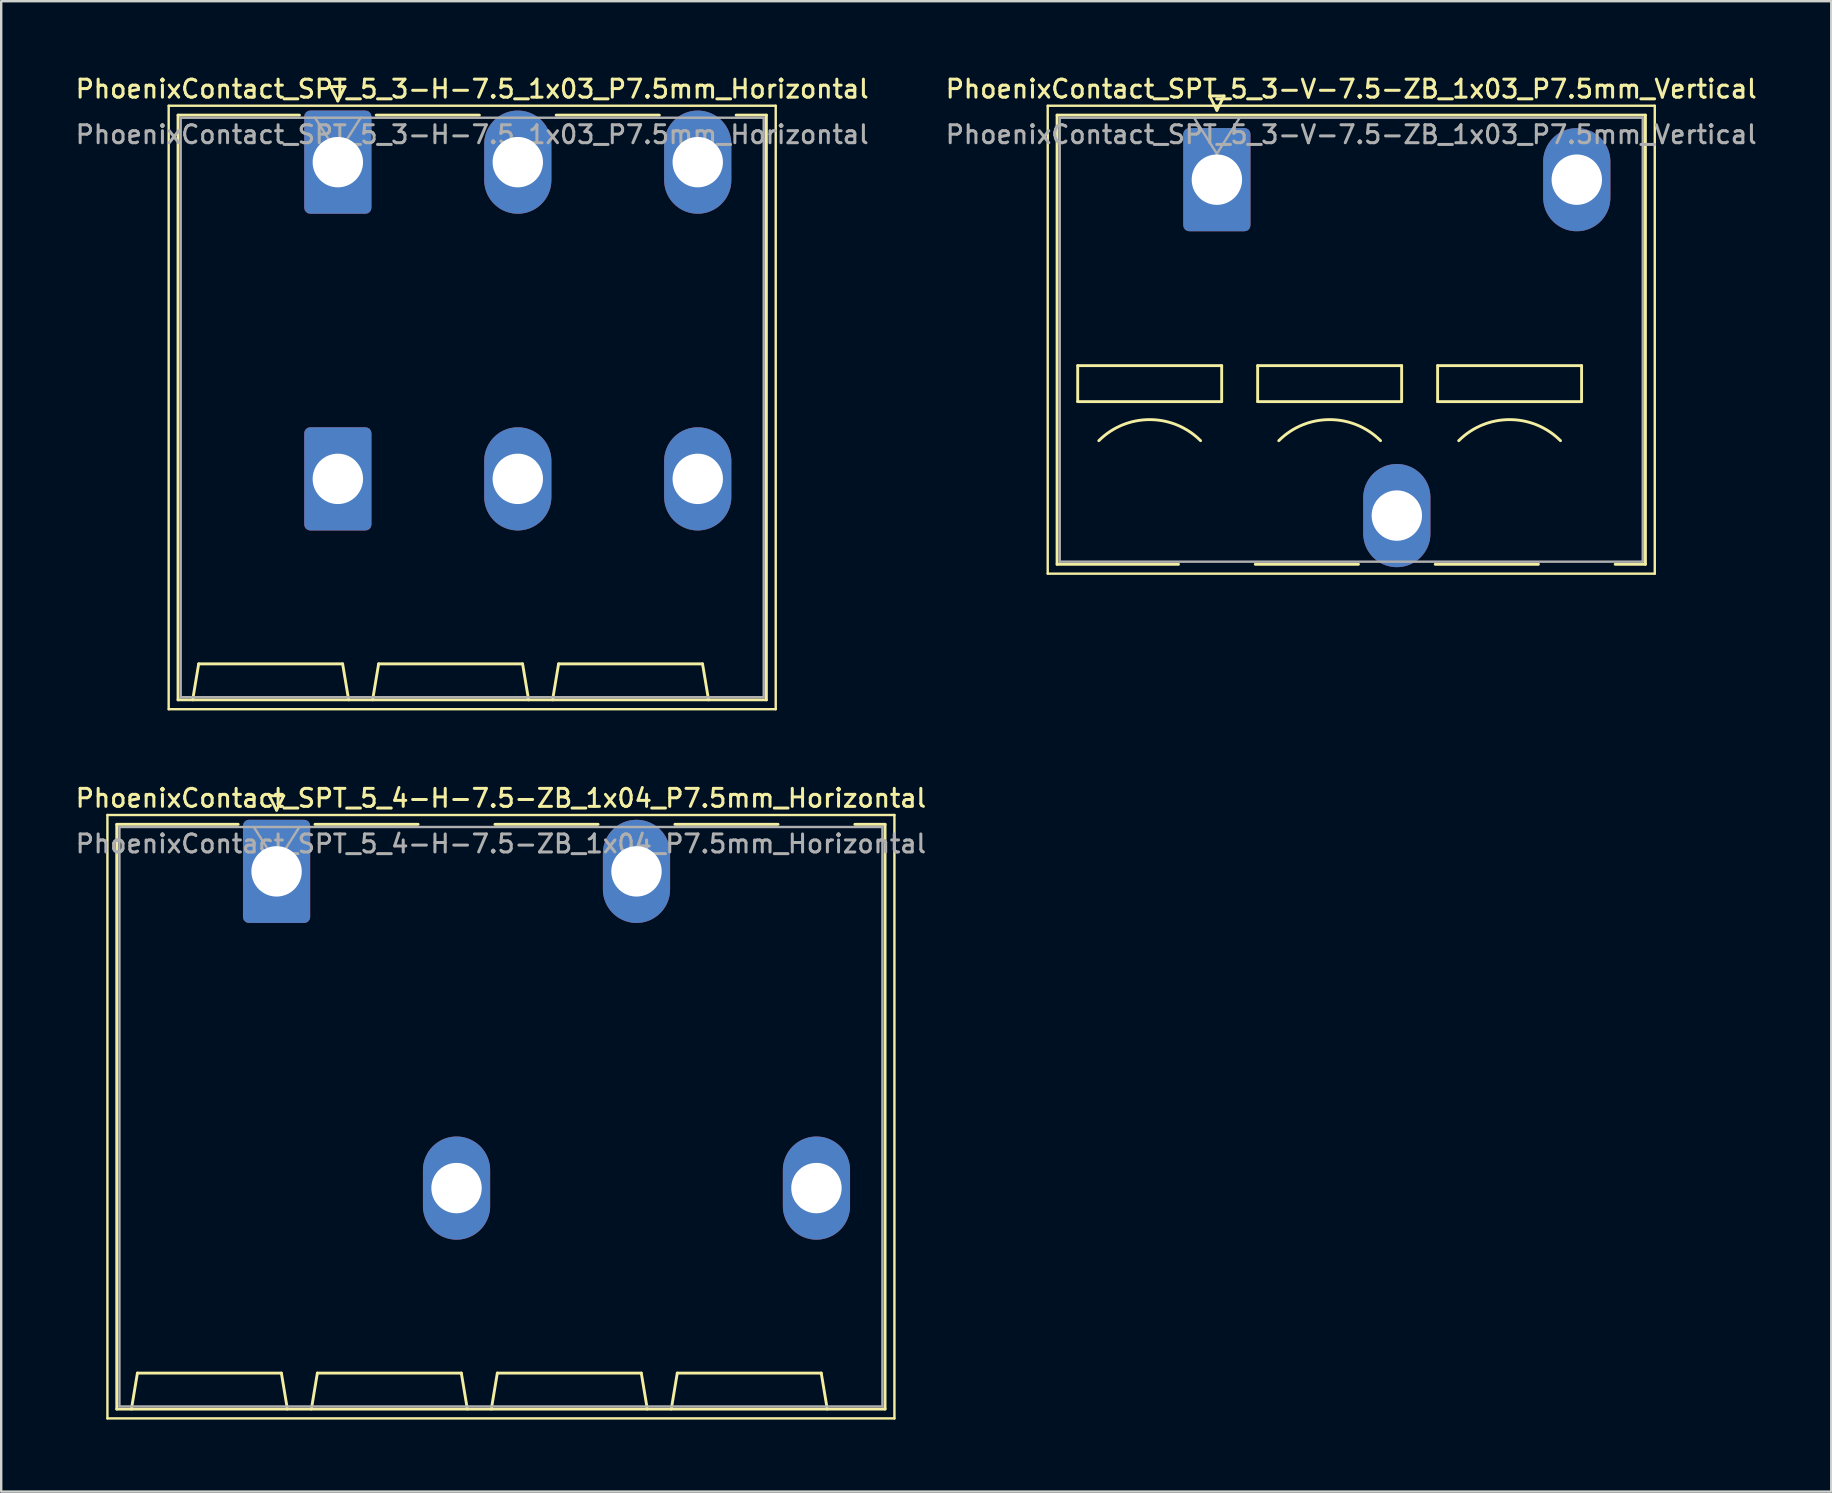
<source format=kicad_pcb>
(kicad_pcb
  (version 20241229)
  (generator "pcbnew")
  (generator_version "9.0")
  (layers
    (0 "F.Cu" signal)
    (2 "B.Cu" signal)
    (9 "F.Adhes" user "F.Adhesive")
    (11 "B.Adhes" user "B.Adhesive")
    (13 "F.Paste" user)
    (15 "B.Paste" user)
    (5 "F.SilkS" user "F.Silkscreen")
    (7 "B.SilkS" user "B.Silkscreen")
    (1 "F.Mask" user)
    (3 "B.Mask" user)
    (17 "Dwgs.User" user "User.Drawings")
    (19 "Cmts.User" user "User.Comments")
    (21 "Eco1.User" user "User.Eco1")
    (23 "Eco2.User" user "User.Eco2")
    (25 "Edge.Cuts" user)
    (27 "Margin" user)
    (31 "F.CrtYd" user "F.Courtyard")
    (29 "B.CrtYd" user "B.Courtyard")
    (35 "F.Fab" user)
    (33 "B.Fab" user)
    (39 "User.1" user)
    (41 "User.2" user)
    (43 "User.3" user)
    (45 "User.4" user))
  (footprint "PhoenixContact_SPT_5_3-V-7.5-ZB_1x03_P7.5mm_Vertical"
    (layer "F.Cu")
    (at 47.666 4.438)
    (property "Reference" "PhoenixContact_SPT_5_3-V-7.5-ZB_1x03_P7.5mm_Vertical" (at 5.6 -3.78 0) (layer "F.SilkS") (effects (font (size 0.75 0.75) (thickness 0.125))))
    (attr through_hole)
    (fp_line (start -7.05 -3.08) (end -7.05 16.42) (stroke (width 0.1) (type solid)) (layer "F.SilkS"))
    (fp_line (start -7.05 16.42) (end 18.25 16.42) (stroke (width 0.1) (type solid)) (layer "F.SilkS"))
    (fp_line (start -6.66 -2.69) (end 17.86 -2.69) (stroke (width 0.12) (type solid)) (layer "F.SilkS"))
    (fp_line (start -6.66 16.03) (end -6.66 -2.69) (stroke (width 0.12) (type solid)) (layer "F.SilkS"))
    (fp_line (start -6.66 16.03) (end -1.6 16.03) (stroke (width 0.12) (type solid)) (layer "F.SilkS"))
    (fp_line (start -5.8 7.75) (end -5.8 9.25) (stroke (width 0.12) (type solid)) (layer "F.SilkS"))
    (fp_line (start -5.8 9.25) (end 0.2 9.25) (stroke (width 0.12) (type solid)) (layer "F.SilkS"))
    (fp_line (start -0.3 -3.49) (end 0 -2.89) (stroke (width 0.12) (type solid)) (layer "F.SilkS"))
    (fp_line (start -0.3 -3.49) (end 0.3 -3.49) (stroke (width 0.12) (type solid)) (layer "F.SilkS"))
    (fp_line (start 0.2 7.75) (end -5.8 7.75) (stroke (width 0.12) (type solid)) (layer "F.SilkS"))
    (fp_line (start 0.2 9.25) (end 0.2 7.75) (stroke (width 0.12) (type solid)) (layer "F.SilkS"))
    (fp_line (start 0.3 -3.49) (end 0 -2.89) (stroke (width 0.12) (type solid)) (layer "F.SilkS"))
    (fp_line (start 1.6 16.03) (end 5.9 16.03) (stroke (width 0.12) (type solid)) (layer "F.SilkS"))
    (fp_line (start 1.7 7.75) (end 1.7 9.25) (stroke (width 0.12) (type solid)) (layer "F.SilkS"))
    (fp_line (start 1.7 9.25) (end 7.7 9.25) (stroke (width 0.12) (type solid)) (layer "F.SilkS"))
    (fp_line (start 7.7 7.75) (end 1.7 7.75) (stroke (width 0.12) (type solid)) (layer "F.SilkS"))
    (fp_line (start 7.7 9.25) (end 7.7 7.75) (stroke (width 0.12) (type solid)) (layer "F.SilkS"))
    (fp_line (start 9.1 16.03) (end 13.4 16.03) (stroke (width 0.12) (type solid)) (layer "F.SilkS"))
    (fp_line (start 9.2 7.75) (end 9.2 9.25) (stroke (width 0.12) (type solid)) (layer "F.SilkS"))
    (fp_line (start 9.2 9.25) (end 15.2 9.25) (stroke (width 0.12) (type solid)) (layer "F.SilkS"))
    (fp_line (start 15.2 7.75) (end 9.2 7.75) (stroke (width 0.12) (type solid)) (layer "F.SilkS"))
    (fp_line (start 15.2 9.25) (end 15.2 7.75) (stroke (width 0.12) (type solid)) (layer "F.SilkS"))
    (fp_line (start 16.6 16.03) (end 17.86 16.03) (stroke (width 0.12) (type solid)) (layer "F.SilkS"))
    (fp_line (start 17.86 -2.69) (end 17.86 16.03) (stroke (width 0.12) (type solid)) (layer "F.SilkS"))
    (fp_line (start 18.25 -3.08) (end -7.05 -3.08) (stroke (width 0.1) (type solid)) (layer "F.SilkS"))
    (fp_line (start 18.25 16.42) (end 18.25 -3.08) (stroke (width 0.1) (type solid)) (layer "F.SilkS"))
    (fp_arc (start -4.92132 10.87868) (mid -2.8 10) (end -0.67868 10.87868) (stroke (width 0.12) (type solid)) (layer "F.SilkS"))
    (fp_arc (start 2.57868 10.87868) (mid 4.7 10) (end 6.82132 10.87868) (stroke (width 0.12) (type solid)) (layer "F.SilkS"))
    (fp_arc (start 10.07868 10.87868) (mid 12.2 10) (end 14.32132 10.87868) (stroke (width 0.12) (type solid)) (layer "F.SilkS"))
    (fp_line (start -6.55 -2.58) (end -6.55 15.92) (stroke (width 0.1) (type solid)) (layer "F.Fab"))
    (fp_line (start -6.55 15.92) (end 17.75 15.92) (stroke (width 0.1) (type solid)) (layer "F.Fab"))
    (fp_line (start -0.95 -2.58) (end 0 -1.08) (stroke (width 0.1) (type solid)) (layer "F.Fab"))
    (fp_line (start 0.95 -2.58) (end 0 -1.08) (stroke (width 0.1) (type solid)) (layer "F.Fab"))
    (fp_line (start 17.75 -2.58) (end -6.55 -2.58) (stroke (width 0.1) (type solid)) (layer "F.Fab"))
    (fp_line (start 17.75 15.92) (end 17.75 -2.58) (stroke (width 0.1) (type solid)) (layer "F.Fab"))
    (fp_text user "${REFERENCE}" (at 5.6 -1.88 0) (layer "F.Fab") (effects (font (size 0.75 0.75) (thickness 0.125))))
    (pad "1" thru_hole roundrect (at 0 0) (size 2.8 4.3) (drill 2.1) (layers "*.Cu" "*.Mask") (roundrect_rratio 0.089))
    (pad "2" thru_hole oval (at 7.5 14) (size 2.8 4.3) (drill 2.1) (layers "*.Cu" "*.Mask"))
    (pad "3" thru_hole oval (at 15 0) (size 2.8 4.3) (drill 2.1) (layers "*.Cu" "*.Mask")))
  (footprint "PhoenixContact_SPT_5_3-H-7.5_1x03_P7.5mm_Horizontal"
    (layer "F.Cu")
    (at 11.03 3.708)
    (property "Reference" "PhoenixContact_SPT_5_3-H-7.5_1x03_P7.5mm_Horizontal" (at 5.6 -3.05 0) (layer "F.SilkS") (effects (font (size 0.75 0.75) (thickness 0.125))))
    (attr through_hole)
    (fp_line (start -7.05 -2.35) (end -7.05 22.8) (stroke (width 0.1) (type solid)) (layer "F.SilkS"))
    (fp_line (start -7.05 22.8) (end 18.25 22.8) (stroke (width 0.1) (type solid)) (layer "F.SilkS"))
    (fp_line (start -6.66 -1.96) (end -1.6 -1.96) (stroke (width 0.12) (type solid)) (layer "F.SilkS"))
    (fp_line (start -6.66 22.41) (end -6.66 -1.96) (stroke (width 0.12) (type solid)) (layer "F.SilkS"))
    (fp_line (start -6.05 22.41) (end -5.8 20.91) (stroke (width 0.12) (type solid)) (layer "F.SilkS"))
    (fp_line (start -5.8 20.91) (end 0.2 20.91) (stroke (width 0.12) (type solid)) (layer "F.SilkS"))
    (fp_line (start -0.3 -3.15) (end 0 -2.55) (stroke (width 0.12) (type solid)) (layer "F.SilkS"))
    (fp_line (start -0.3 -3.15) (end 0.3 -3.15) (stroke (width 0.12) (type solid)) (layer "F.SilkS"))
    (fp_line (start 0.3 -3.15) (end 0 -2.55) (stroke (width 0.12) (type solid)) (layer "F.SilkS"))
    (fp_line (start 0.45 22.41) (end 0.2 20.91) (stroke (width 0.12) (type solid)) (layer "F.SilkS"))
    (fp_line (start 1.45 22.41) (end 1.7 20.91) (stroke (width 0.12) (type solid)) (layer "F.SilkS"))
    (fp_line (start 1.6 -1.96) (end 5.9 -1.96) (stroke (width 0.12) (type solid)) (layer "F.SilkS"))
    (fp_line (start 1.7 20.91) (end 7.7 20.91) (stroke (width 0.12) (type solid)) (layer "F.SilkS"))
    (fp_line (start 7.95 22.41) (end 7.7 20.91) (stroke (width 0.12) (type solid)) (layer "F.SilkS"))
    (fp_line (start 8.95 22.41) (end 9.2 20.91) (stroke (width 0.12) (type solid)) (layer "F.SilkS"))
    (fp_line (start 9.1 -1.96) (end 13.4 -1.96) (stroke (width 0.12) (type solid)) (layer "F.SilkS"))
    (fp_line (start 9.2 20.91) (end 15.2 20.91) (stroke (width 0.12) (type solid)) (layer "F.SilkS"))
    (fp_line (start 15.45 22.41) (end 15.2 20.91) (stroke (width 0.12) (type solid)) (layer "F.SilkS"))
    (fp_line (start 16.6 -1.96) (end 17.86 -1.96) (stroke (width 0.12) (type solid)) (layer "F.SilkS"))
    (fp_line (start 17.86 -1.96) (end 17.86 22.41) (stroke (width 0.12) (type solid)) (layer "F.SilkS"))
    (fp_line (start 17.86 22.41) (end -6.66 22.41) (stroke (width 0.12) (type solid)) (layer "F.SilkS"))
    (fp_line (start 18.25 -2.35) (end -7.05 -2.35) (stroke (width 0.1) (type solid)) (layer "F.SilkS"))
    (fp_line (start 18.25 22.8) (end 18.25 -2.35) (stroke (width 0.1) (type solid)) (layer "F.SilkS"))
    (fp_line (start -6.55 -1.85) (end -6.55 22.3) (stroke (width 0.1) (type solid)) (layer "F.Fab"))
    (fp_line (start -6.55 22.3) (end 17.75 22.3) (stroke (width 0.1) (type solid)) (layer "F.Fab"))
    (fp_line (start -0.95 -1.85) (end 0 -0.35) (stroke (width 0.1) (type solid)) (layer "F.Fab"))
    (fp_line (start 0.95 -1.85) (end 0 -0.35) (stroke (width 0.1) (type solid)) (layer "F.Fab"))
    (fp_line (start 17.75 -1.85) (end -6.55 -1.85) (stroke (width 0.1) (type solid)) (layer "F.Fab"))
    (fp_line (start 17.75 22.3) (end 17.75 -1.85) (stroke (width 0.1) (type solid)) (layer "F.Fab"))
    (fp_text user "${REFERENCE}" (at 5.6 -1.15 0) (layer "F.Fab") (effects (font (size 0.75 0.75) (thickness 0.125))))
    (pad "1" thru_hole roundrect (at 0 0) (size 2.8 4.3) (drill 2.1) (layers "*.Cu" "*.Mask") (roundrect_rratio 0.089))
    (pad "1" thru_hole roundrect (at 0 13.2) (size 2.8 4.3) (drill 2.1) (layers "*.Cu" "*.Mask") (roundrect_rratio 0.089))
    (pad "2" thru_hole oval (at 7.5 0) (size 2.8 4.3) (drill 2.1) (layers "*.Cu" "*.Mask"))
    (pad "2" thru_hole oval (at 7.5 13.2) (size 2.8 4.3) (drill 2.1) (layers "*.Cu" "*.Mask"))
    (pad "3" thru_hole oval (at 15 0) (size 2.8 4.3) (drill 2.1) (layers "*.Cu" "*.Mask"))
    (pad "3" thru_hole oval (at 15 13.2) (size 2.8 4.3) (drill 2.1) (layers "*.Cu" "*.Mask")))
  (footprint "PhoenixContact_SPT_5_4-H-7.5-ZB_1x04_P7.5mm_Horizontal"
    (layer "F.Cu")
    (at 8.477 33.266)
    (property "Reference" "PhoenixContact_SPT_5_4-H-7.5-ZB_1x04_P7.5mm_Horizontal" (at 9.35 -3.05 0) (layer "F.SilkS") (effects (font (size 0.75 0.75) (thickness 0.125))))
    (attr through_hole)
    (fp_line (start -7.05 -2.35) (end -7.05 22.8) (stroke (width 0.1) (type solid)) (layer "F.SilkS"))
    (fp_line (start -7.05 22.8) (end 25.75 22.8) (stroke (width 0.1) (type solid)) (layer "F.SilkS"))
    (fp_line (start -6.66 -1.96) (end -1.6 -1.96) (stroke (width 0.12) (type solid)) (layer "F.SilkS"))
    (fp_line (start -6.66 22.41) (end -6.66 -1.96) (stroke (width 0.12) (type solid)) (layer "F.SilkS"))
    (fp_line (start -6.05 22.41) (end -5.8 20.91) (stroke (width 0.12) (type solid)) (layer "F.SilkS"))
    (fp_line (start -5.8 20.91) (end 0.2 20.91) (stroke (width 0.12) (type solid)) (layer "F.SilkS"))
    (fp_line (start -0.3 -3.15) (end 0 -2.55) (stroke (width 0.12) (type solid)) (layer "F.SilkS"))
    (fp_line (start -0.3 -3.15) (end 0.3 -3.15) (stroke (width 0.12) (type solid)) (layer "F.SilkS"))
    (fp_line (start 0.3 -3.15) (end 0 -2.55) (stroke (width 0.12) (type solid)) (layer "F.SilkS"))
    (fp_line (start 0.45 22.41) (end 0.2 20.91) (stroke (width 0.12) (type solid)) (layer "F.SilkS"))
    (fp_line (start 1.45 22.41) (end 1.7 20.91) (stroke (width 0.12) (type solid)) (layer "F.SilkS"))
    (fp_line (start 1.6 -1.96) (end 5.9 -1.96) (stroke (width 0.12) (type solid)) (layer "F.SilkS"))
    (fp_line (start 1.7 20.91) (end 7.7 20.91) (stroke (width 0.12) (type solid)) (layer "F.SilkS"))
    (fp_line (start 7.95 22.41) (end 7.7 20.91) (stroke (width 0.12) (type solid)) (layer "F.SilkS"))
    (fp_line (start 8.95 22.41) (end 9.2 20.91) (stroke (width 0.12) (type solid)) (layer "F.SilkS"))
    (fp_line (start 9.1 -1.96) (end 13.4 -1.96) (stroke (width 0.12) (type solid)) (layer "F.SilkS"))
    (fp_line (start 9.2 20.91) (end 15.2 20.91) (stroke (width 0.12) (type solid)) (layer "F.SilkS"))
    (fp_line (start 15.45 22.41) (end 15.2 20.91) (stroke (width 0.12) (type solid)) (layer "F.SilkS"))
    (fp_line (start 16.45 22.41) (end 16.7 20.91) (stroke (width 0.12) (type solid)) (layer "F.SilkS"))
    (fp_line (start 16.6 -1.96) (end 20.9 -1.96) (stroke (width 0.12) (type solid)) (layer "F.SilkS"))
    (fp_line (start 16.7 20.91) (end 22.7 20.91) (stroke (width 0.12) (type solid)) (layer "F.SilkS"))
    (fp_line (start 22.95 22.41) (end 22.7 20.91) (stroke (width 0.12) (type solid)) (layer "F.SilkS"))
    (fp_line (start 24.1 -1.96) (end 25.36 -1.96) (stroke (width 0.12) (type solid)) (layer "F.SilkS"))
    (fp_line (start 25.36 -1.96) (end 25.36 22.41) (stroke (width 0.12) (type solid)) (layer "F.SilkS"))
    (fp_line (start 25.36 22.41) (end -6.66 22.41) (stroke (width 0.12) (type solid)) (layer "F.SilkS"))
    (fp_line (start 25.75 -2.35) (end -7.05 -2.35) (stroke (width 0.1) (type solid)) (layer "F.SilkS"))
    (fp_line (start 25.75 22.8) (end 25.75 -2.35) (stroke (width 0.1) (type solid)) (layer "F.SilkS"))
    (fp_line (start -6.55 -1.85) (end -6.55 22.3) (stroke (width 0.1) (type solid)) (layer "F.Fab"))
    (fp_line (start -6.55 22.3) (end 25.25 22.3) (stroke (width 0.1) (type solid)) (layer "F.Fab"))
    (fp_line (start -0.95 -1.85) (end 0 -0.35) (stroke (width 0.1) (type solid)) (layer "F.Fab"))
    (fp_line (start 0.95 -1.85) (end 0 -0.35) (stroke (width 0.1) (type solid)) (layer "F.Fab"))
    (fp_line (start 25.25 -1.85) (end -6.55 -1.85) (stroke (width 0.1) (type solid)) (layer "F.Fab"))
    (fp_line (start 25.25 22.3) (end 25.25 -1.85) (stroke (width 0.1) (type solid)) (layer "F.Fab"))
    (fp_text user "${REFERENCE}" (at 9.35 -1.15 0) (layer "F.Fab") (effects (font (size 0.75 0.75) (thickness 0.125))))
    (pad "1" thru_hole roundrect (at 0 0) (size 2.8 4.3) (drill 2.1) (layers "*.Cu" "*.Mask") (roundrect_rratio 0.089))
    (pad "2" thru_hole oval (at 7.5 13.2) (size 2.8 4.3) (drill 2.1) (layers "*.Cu" "*.Mask"))
    (pad "3" thru_hole oval (at 15 0) (size 2.8 4.3) (drill 2.1) (layers "*.Cu" "*.Mask"))
    (pad "4" thru_hole oval (at 22.5 13.2) (size 2.8 4.3) (drill 2.1) (layers "*.Cu" "*.Mask")))
  (gr_rect
    (start -3 -3)
    (end 73.271 59.116)
    (stroke (width 0.1) (type default))
    (fill no)
    (layer "Edge.Cuts")))
</source>
